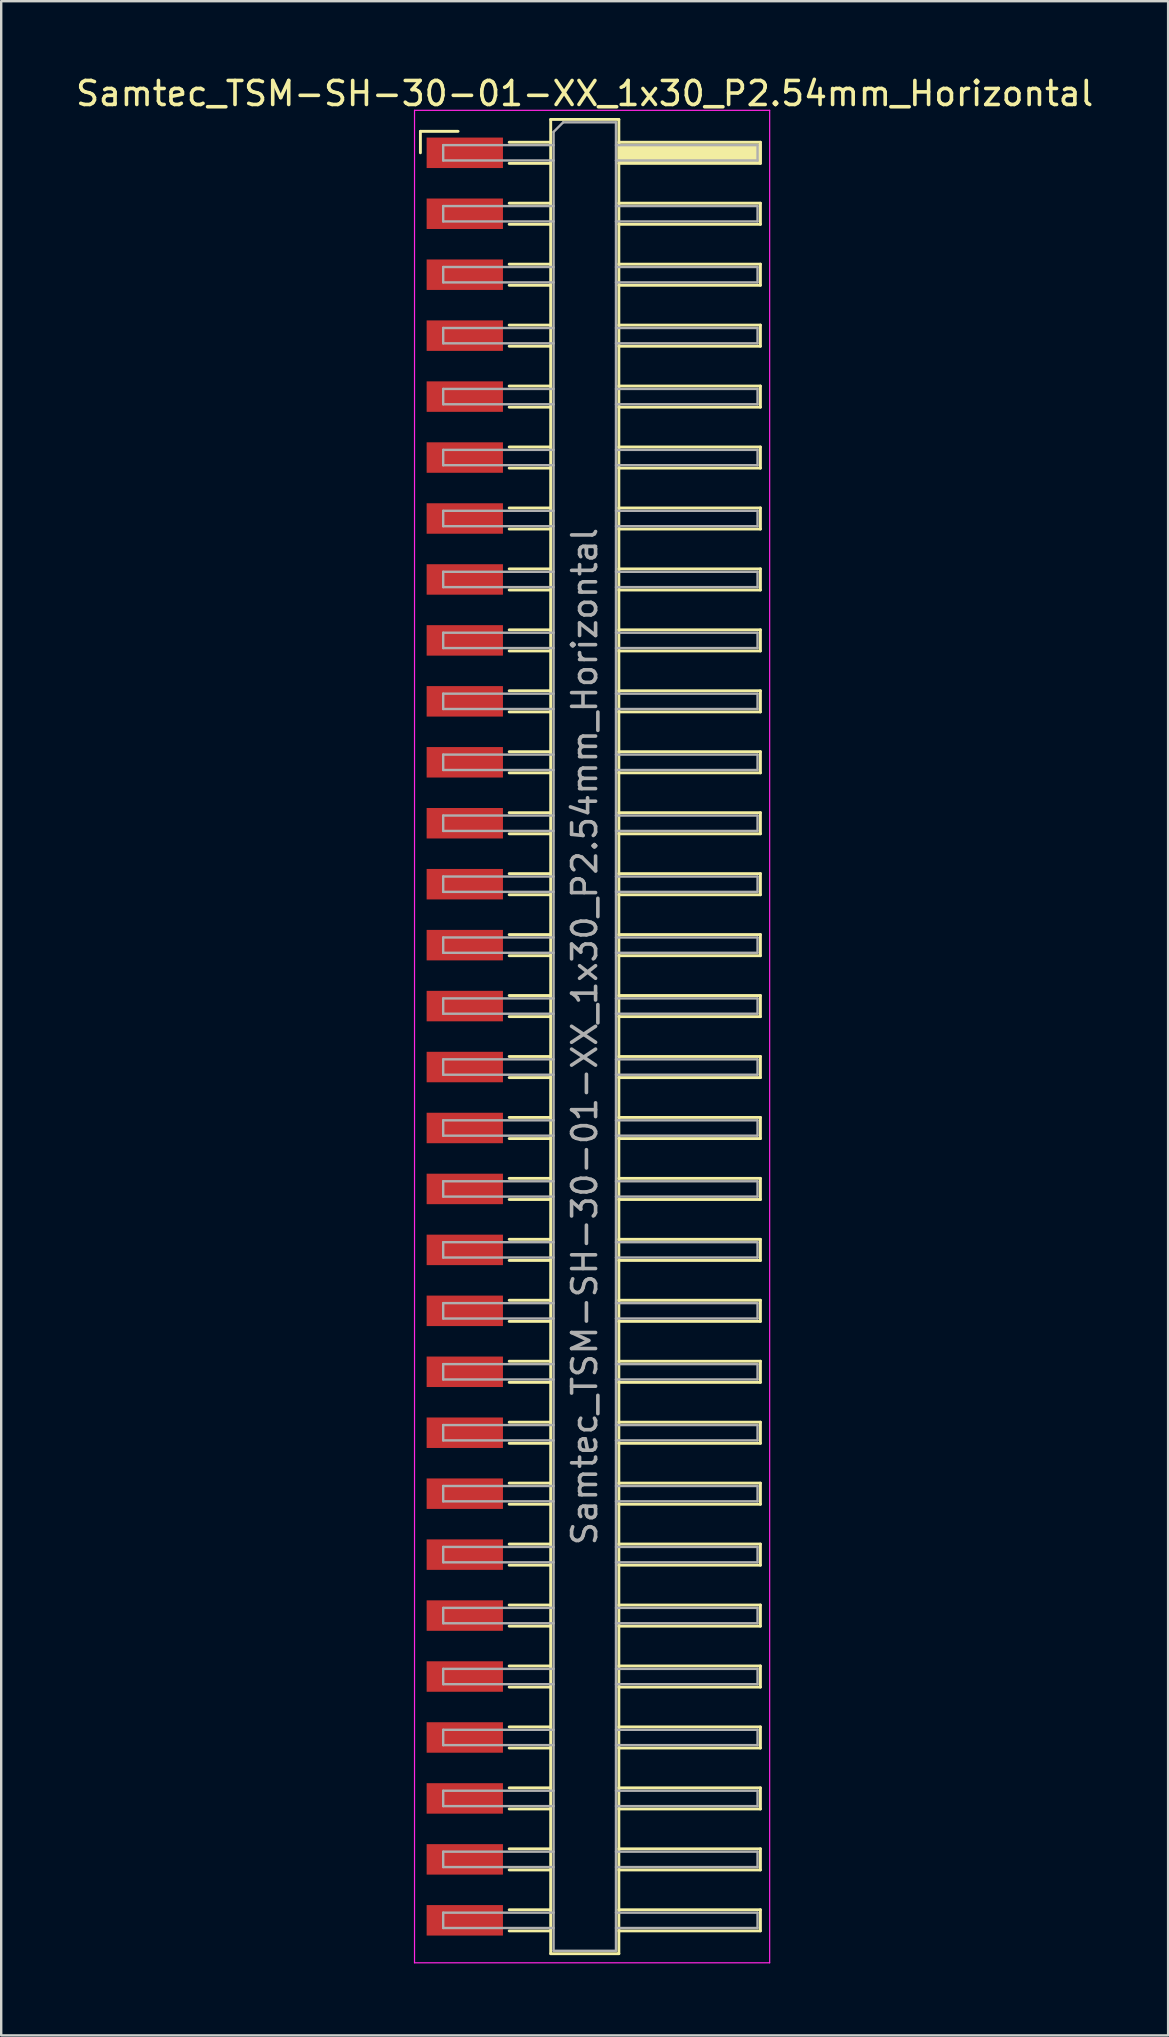
<source format=kicad_pcb>
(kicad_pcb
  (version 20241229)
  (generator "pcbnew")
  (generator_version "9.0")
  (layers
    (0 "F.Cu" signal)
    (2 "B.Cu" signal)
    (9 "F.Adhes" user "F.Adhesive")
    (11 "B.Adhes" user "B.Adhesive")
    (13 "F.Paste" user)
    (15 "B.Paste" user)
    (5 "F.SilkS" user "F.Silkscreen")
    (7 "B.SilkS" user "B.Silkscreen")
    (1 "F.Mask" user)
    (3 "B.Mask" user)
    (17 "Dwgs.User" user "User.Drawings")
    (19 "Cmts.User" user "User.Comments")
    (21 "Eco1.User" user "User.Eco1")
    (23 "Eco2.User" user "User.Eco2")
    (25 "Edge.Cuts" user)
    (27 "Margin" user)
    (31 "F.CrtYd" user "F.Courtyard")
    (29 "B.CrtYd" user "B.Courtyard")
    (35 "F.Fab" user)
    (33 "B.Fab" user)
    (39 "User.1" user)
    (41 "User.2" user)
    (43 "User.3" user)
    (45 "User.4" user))
  (footprint "Samtec_TSM-SH-30-01-XX_1x30_P2.54mm_Horizontal"
    (layer "F.Cu")
    (at 21.505 40.148)
    (property "Reference" "Samtec_TSM-SH-30-01-XX_1x30_P2.54mm_Horizontal" (at -0.19 -39.3 0) (layer "F.SilkS") (effects (font (size 1 1) (thickness 0.15))))
    (attr smd)
    (fp_line (start -7.035 -37.725) (end -5.465 -37.725) (stroke (width 0.12) (type solid)) (layer "F.SilkS"))
    (fp_line (start -7.035 -36.83) (end -7.035 -37.725) (stroke (width 0.12) (type solid)) (layer "F.SilkS"))
    (fp_line (start -3.335 -37.27) (end -1.605 -37.27) (stroke (width 0.12) (type solid)) (layer "F.SilkS"))
    (fp_line (start -3.335 -36.39) (end -1.605 -36.39) (stroke (width 0.12) (type solid)) (layer "F.SilkS"))
    (fp_line (start -3.335 -34.73) (end -1.605 -34.73) (stroke (width 0.12) (type solid)) (layer "F.SilkS"))
    (fp_line (start -3.335 -33.85) (end -1.605 -33.85) (stroke (width 0.12) (type solid)) (layer "F.SilkS"))
    (fp_line (start -3.335 -32.19) (end -1.605 -32.19) (stroke (width 0.12) (type solid)) (layer "F.SilkS"))
    (fp_line (start -3.335 -31.31) (end -1.605 -31.31) (stroke (width 0.12) (type solid)) (layer "F.SilkS"))
    (fp_line (start -3.335 -29.65) (end -1.605 -29.65) (stroke (width 0.12) (type solid)) (layer "F.SilkS"))
    (fp_line (start -3.335 -28.77) (end -1.605 -28.77) (stroke (width 0.12) (type solid)) (layer "F.SilkS"))
    (fp_line (start -3.335 -27.11) (end -1.605 -27.11) (stroke (width 0.12) (type solid)) (layer "F.SilkS"))
    (fp_line (start -3.335 -26.23) (end -1.605 -26.23) (stroke (width 0.12) (type solid)) (layer "F.SilkS"))
    (fp_line (start -3.335 -24.57) (end -1.605 -24.57) (stroke (width 0.12) (type solid)) (layer "F.SilkS"))
    (fp_line (start -3.335 -23.69) (end -1.605 -23.69) (stroke (width 0.12) (type solid)) (layer "F.SilkS"))
    (fp_line (start -3.335 -22.03) (end -1.605 -22.03) (stroke (width 0.12) (type solid)) (layer "F.SilkS"))
    (fp_line (start -3.335 -21.15) (end -1.605 -21.15) (stroke (width 0.12) (type solid)) (layer "F.SilkS"))
    (fp_line (start -3.335 -19.49) (end -1.605 -19.49) (stroke (width 0.12) (type solid)) (layer "F.SilkS"))
    (fp_line (start -3.335 -18.61) (end -1.605 -18.61) (stroke (width 0.12) (type solid)) (layer "F.SilkS"))
    (fp_line (start -3.335 -16.95) (end -1.605 -16.95) (stroke (width 0.12) (type solid)) (layer "F.SilkS"))
    (fp_line (start -3.335 -16.07) (end -1.605 -16.07) (stroke (width 0.12) (type solid)) (layer "F.SilkS"))
    (fp_line (start -3.335 -14.41) (end -1.605 -14.41) (stroke (width 0.12) (type solid)) (layer "F.SilkS"))
    (fp_line (start -3.335 -13.53) (end -1.605 -13.53) (stroke (width 0.12) (type solid)) (layer "F.SilkS"))
    (fp_line (start -3.335 -11.87) (end -1.605 -11.87) (stroke (width 0.12) (type solid)) (layer "F.SilkS"))
    (fp_line (start -3.335 -10.99) (end -1.605 -10.99) (stroke (width 0.12) (type solid)) (layer "F.SilkS"))
    (fp_line (start -3.335 -9.33) (end -1.605 -9.33) (stroke (width 0.12) (type solid)) (layer "F.SilkS"))
    (fp_line (start -3.335 -8.45) (end -1.605 -8.45) (stroke (width 0.12) (type solid)) (layer "F.SilkS"))
    (fp_line (start -3.335 -6.79) (end -1.605 -6.79) (stroke (width 0.12) (type solid)) (layer "F.SilkS"))
    (fp_line (start -3.335 -5.91) (end -1.605 -5.91) (stroke (width 0.12) (type solid)) (layer "F.SilkS"))
    (fp_line (start -3.335 -4.25) (end -1.605 -4.25) (stroke (width 0.12) (type solid)) (layer "F.SilkS"))
    (fp_line (start -3.335 -3.37) (end -1.605 -3.37) (stroke (width 0.12) (type solid)) (layer "F.SilkS"))
    (fp_line (start -3.335 -1.71) (end -1.605 -1.71) (stroke (width 0.12) (type solid)) (layer "F.SilkS"))
    (fp_line (start -3.335 -0.83) (end -1.605 -0.83) (stroke (width 0.12) (type solid)) (layer "F.SilkS"))
    (fp_line (start -3.335 0.83) (end -1.605 0.83) (stroke (width 0.12) (type solid)) (layer "F.SilkS"))
    (fp_line (start -3.335 1.71) (end -1.605 1.71) (stroke (width 0.12) (type solid)) (layer "F.SilkS"))
    (fp_line (start -3.335 3.37) (end -1.605 3.37) (stroke (width 0.12) (type solid)) (layer "F.SilkS"))
    (fp_line (start -3.335 4.25) (end -1.605 4.25) (stroke (width 0.12) (type solid)) (layer "F.SilkS"))
    (fp_line (start -3.335 5.91) (end -1.605 5.91) (stroke (width 0.12) (type solid)) (layer "F.SilkS"))
    (fp_line (start -3.335 6.79) (end -1.605 6.79) (stroke (width 0.12) (type solid)) (layer "F.SilkS"))
    (fp_line (start -3.335 8.45) (end -1.605 8.45) (stroke (width 0.12) (type solid)) (layer "F.SilkS"))
    (fp_line (start -3.335 9.33) (end -1.605 9.33) (stroke (width 0.12) (type solid)) (layer "F.SilkS"))
    (fp_line (start -3.335 10.99) (end -1.605 10.99) (stroke (width 0.12) (type solid)) (layer "F.SilkS"))
    (fp_line (start -3.335 11.87) (end -1.605 11.87) (stroke (width 0.12) (type solid)) (layer "F.SilkS"))
    (fp_line (start -3.335 13.53) (end -1.605 13.53) (stroke (width 0.12) (type solid)) (layer "F.SilkS"))
    (fp_line (start -3.335 14.41) (end -1.605 14.41) (stroke (width 0.12) (type solid)) (layer "F.SilkS"))
    (fp_line (start -3.335 16.07) (end -1.605 16.07) (stroke (width 0.12) (type solid)) (layer "F.SilkS"))
    (fp_line (start -3.335 16.95) (end -1.605 16.95) (stroke (width 0.12) (type solid)) (layer "F.SilkS"))
    (fp_line (start -3.335 18.61) (end -1.605 18.61) (stroke (width 0.12) (type solid)) (layer "F.SilkS"))
    (fp_line (start -3.335 19.49) (end -1.605 19.49) (stroke (width 0.12) (type solid)) (layer "F.SilkS"))
    (fp_line (start -3.335 21.15) (end -1.605 21.15) (stroke (width 0.12) (type solid)) (layer "F.SilkS"))
    (fp_line (start -3.335 22.03) (end -1.605 22.03) (stroke (width 0.12) (type solid)) (layer "F.SilkS"))
    (fp_line (start -3.335 23.69) (end -1.605 23.69) (stroke (width 0.12) (type solid)) (layer "F.SilkS"))
    (fp_line (start -3.335 24.57) (end -1.605 24.57) (stroke (width 0.12) (type solid)) (layer "F.SilkS"))
    (fp_line (start -3.335 26.23) (end -1.605 26.23) (stroke (width 0.12) (type solid)) (layer "F.SilkS"))
    (fp_line (start -3.335 27.11) (end -1.605 27.11) (stroke (width 0.12) (type solid)) (layer "F.SilkS"))
    (fp_line (start -3.335 28.77) (end -1.605 28.77) (stroke (width 0.12) (type solid)) (layer "F.SilkS"))
    (fp_line (start -3.335 29.65) (end -1.605 29.65) (stroke (width 0.12) (type solid)) (layer "F.SilkS"))
    (fp_line (start -3.335 31.31) (end -1.605 31.31) (stroke (width 0.12) (type solid)) (layer "F.SilkS"))
    (fp_line (start -3.335 32.19) (end -1.605 32.19) (stroke (width 0.12) (type solid)) (layer "F.SilkS"))
    (fp_line (start -3.335 33.85) (end -1.605 33.85) (stroke (width 0.12) (type solid)) (layer "F.SilkS"))
    (fp_line (start -3.335 34.73) (end -1.605 34.73) (stroke (width 0.12) (type solid)) (layer "F.SilkS"))
    (fp_line (start -3.335 36.39) (end -1.605 36.39) (stroke (width 0.12) (type solid)) (layer "F.SilkS"))
    (fp_line (start -3.335 37.27) (end -1.605 37.27) (stroke (width 0.12) (type solid)) (layer "F.SilkS"))
    (fp_line (start -1.605 -38.22) (end 1.235 -38.22) (stroke (width 0.12) (type solid)) (layer "F.SilkS"))
    (fp_line (start -1.605 38.22) (end -1.605 -38.22) (stroke (width 0.12) (type solid)) (layer "F.SilkS"))
    (fp_line (start 1.235 -38.22) (end 1.235 38.22) (stroke (width 0.12) (type solid)) (layer "F.SilkS"))
    (fp_line (start 1.235 -37.27) (end 7.135 -37.27) (stroke (width 0.12) (type solid)) (layer "F.SilkS"))
    (fp_line (start 1.235 -34.73) (end 7.135 -34.73) (stroke (width 0.12) (type solid)) (layer "F.SilkS"))
    (fp_line (start 1.235 -32.19) (end 7.135 -32.19) (stroke (width 0.12) (type solid)) (layer "F.SilkS"))
    (fp_line (start 1.235 -29.65) (end 7.135 -29.65) (stroke (width 0.12) (type solid)) (layer "F.SilkS"))
    (fp_line (start 1.235 -27.11) (end 7.135 -27.11) (stroke (width 0.12) (type solid)) (layer "F.SilkS"))
    (fp_line (start 1.235 -24.57) (end 7.135 -24.57) (stroke (width 0.12) (type solid)) (layer "F.SilkS"))
    (fp_line (start 1.235 -22.03) (end 7.135 -22.03) (stroke (width 0.12) (type solid)) (layer "F.SilkS"))
    (fp_line (start 1.235 -19.49) (end 7.135 -19.49) (stroke (width 0.12) (type solid)) (layer "F.SilkS"))
    (fp_line (start 1.235 -16.95) (end 7.135 -16.95) (stroke (width 0.12) (type solid)) (layer "F.SilkS"))
    (fp_line (start 1.235 -14.41) (end 7.135 -14.41) (stroke (width 0.12) (type solid)) (layer "F.SilkS"))
    (fp_line (start 1.235 -11.87) (end 7.135 -11.87) (stroke (width 0.12) (type solid)) (layer "F.SilkS"))
    (fp_line (start 1.235 -9.33) (end 7.135 -9.33) (stroke (width 0.12) (type solid)) (layer "F.SilkS"))
    (fp_line (start 1.235 -6.79) (end 7.135 -6.79) (stroke (width 0.12) (type solid)) (layer "F.SilkS"))
    (fp_line (start 1.235 -4.25) (end 7.135 -4.25) (stroke (width 0.12) (type solid)) (layer "F.SilkS"))
    (fp_line (start 1.235 -1.71) (end 7.135 -1.71) (stroke (width 0.12) (type solid)) (layer "F.SilkS"))
    (fp_line (start 1.235 0.83) (end 7.135 0.83) (stroke (width 0.12) (type solid)) (layer "F.SilkS"))
    (fp_line (start 1.235 3.37) (end 7.135 3.37) (stroke (width 0.12) (type solid)) (layer "F.SilkS"))
    (fp_line (start 1.235 5.91) (end 7.135 5.91) (stroke (width 0.12) (type solid)) (layer "F.SilkS"))
    (fp_line (start 1.235 8.45) (end 7.135 8.45) (stroke (width 0.12) (type solid)) (layer "F.SilkS"))
    (fp_line (start 1.235 10.99) (end 7.135 10.99) (stroke (width 0.12) (type solid)) (layer "F.SilkS"))
    (fp_line (start 1.235 13.53) (end 7.135 13.53) (stroke (width 0.12) (type solid)) (layer "F.SilkS"))
    (fp_line (start 1.235 16.07) (end 7.135 16.07) (stroke (width 0.12) (type solid)) (layer "F.SilkS"))
    (fp_line (start 1.235 18.61) (end 7.135 18.61) (stroke (width 0.12) (type solid)) (layer "F.SilkS"))
    (fp_line (start 1.235 21.15) (end 7.135 21.15) (stroke (width 0.12) (type solid)) (layer "F.SilkS"))
    (fp_line (start 1.235 23.69) (end 7.135 23.69) (stroke (width 0.12) (type solid)) (layer "F.SilkS"))
    (fp_line (start 1.235 26.23) (end 7.135 26.23) (stroke (width 0.12) (type solid)) (layer "F.SilkS"))
    (fp_line (start 1.235 28.77) (end 7.135 28.77) (stroke (width 0.12) (type solid)) (layer "F.SilkS"))
    (fp_line (start 1.235 31.31) (end 7.135 31.31) (stroke (width 0.12) (type solid)) (layer "F.SilkS"))
    (fp_line (start 1.235 33.85) (end 7.135 33.85) (stroke (width 0.12) (type solid)) (layer "F.SilkS"))
    (fp_line (start 1.235 36.39) (end 7.135 36.39) (stroke (width 0.12) (type solid)) (layer "F.SilkS"))
    (fp_line (start 1.235 38.22) (end -1.605 38.22) (stroke (width 0.12) (type solid)) (layer "F.SilkS"))
    (fp_line (start 7.135 -37.27) (end 7.135 -36.39) (stroke (width 0.12) (type solid)) (layer "F.SilkS"))
    (fp_line (start 7.135 -36.39) (end 1.235 -36.39) (stroke (width 0.12) (type solid)) (layer "F.SilkS"))
    (fp_line (start 7.135 -34.73) (end 7.135 -33.85) (stroke (width 0.12) (type solid)) (layer "F.SilkS"))
    (fp_line (start 7.135 -33.85) (end 1.235 -33.85) (stroke (width 0.12) (type solid)) (layer "F.SilkS"))
    (fp_line (start 7.135 -32.19) (end 7.135 -31.31) (stroke (width 0.12) (type solid)) (layer "F.SilkS"))
    (fp_line (start 7.135 -31.31) (end 1.235 -31.31) (stroke (width 0.12) (type solid)) (layer "F.SilkS"))
    (fp_line (start 7.135 -29.65) (end 7.135 -28.77) (stroke (width 0.12) (type solid)) (layer "F.SilkS"))
    (fp_line (start 7.135 -28.77) (end 1.235 -28.77) (stroke (width 0.12) (type solid)) (layer "F.SilkS"))
    (fp_line (start 7.135 -27.11) (end 7.135 -26.23) (stroke (width 0.12) (type solid)) (layer "F.SilkS"))
    (fp_line (start 7.135 -26.23) (end 1.235 -26.23) (stroke (width 0.12) (type solid)) (layer "F.SilkS"))
    (fp_line (start 7.135 -24.57) (end 7.135 -23.69) (stroke (width 0.12) (type solid)) (layer "F.SilkS"))
    (fp_line (start 7.135 -23.69) (end 1.235 -23.69) (stroke (width 0.12) (type solid)) (layer "F.SilkS"))
    (fp_line (start 7.135 -22.03) (end 7.135 -21.15) (stroke (width 0.12) (type solid)) (layer "F.SilkS"))
    (fp_line (start 7.135 -21.15) (end 1.235 -21.15) (stroke (width 0.12) (type solid)) (layer "F.SilkS"))
    (fp_line (start 7.135 -19.49) (end 7.135 -18.61) (stroke (width 0.12) (type solid)) (layer "F.SilkS"))
    (fp_line (start 7.135 -18.61) (end 1.235 -18.61) (stroke (width 0.12) (type solid)) (layer "F.SilkS"))
    (fp_line (start 7.135 -16.95) (end 7.135 -16.07) (stroke (width 0.12) (type solid)) (layer "F.SilkS"))
    (fp_line (start 7.135 -16.07) (end 1.235 -16.07) (stroke (width 0.12) (type solid)) (layer "F.SilkS"))
    (fp_line (start 7.135 -14.41) (end 7.135 -13.53) (stroke (width 0.12) (type solid)) (layer "F.SilkS"))
    (fp_line (start 7.135 -13.53) (end 1.235 -13.53) (stroke (width 0.12) (type solid)) (layer "F.SilkS"))
    (fp_line (start 7.135 -11.87) (end 7.135 -10.99) (stroke (width 0.12) (type solid)) (layer "F.SilkS"))
    (fp_line (start 7.135 -10.99) (end 1.235 -10.99) (stroke (width 0.12) (type solid)) (layer "F.SilkS"))
    (fp_line (start 7.135 -9.33) (end 7.135 -8.45) (stroke (width 0.12) (type solid)) (layer "F.SilkS"))
    (fp_line (start 7.135 -8.45) (end 1.235 -8.45) (stroke (width 0.12) (type solid)) (layer "F.SilkS"))
    (fp_line (start 7.135 -6.79) (end 7.135 -5.91) (stroke (width 0.12) (type solid)) (layer "F.SilkS"))
    (fp_line (start 7.135 -5.91) (end 1.235 -5.91) (stroke (width 0.12) (type solid)) (layer "F.SilkS"))
    (fp_line (start 7.135 -4.25) (end 7.135 -3.37) (stroke (width 0.12) (type solid)) (layer "F.SilkS"))
    (fp_line (start 7.135 -3.37) (end 1.235 -3.37) (stroke (width 0.12) (type solid)) (layer "F.SilkS"))
    (fp_line (start 7.135 -1.71) (end 7.135 -0.83) (stroke (width 0.12) (type solid)) (layer "F.SilkS"))
    (fp_line (start 7.135 -0.83) (end 1.235 -0.83) (stroke (width 0.12) (type solid)) (layer "F.SilkS"))
    (fp_line (start 7.135 0.83) (end 7.135 1.71) (stroke (width 0.12) (type solid)) (layer "F.SilkS"))
    (fp_line (start 7.135 1.71) (end 1.235 1.71) (stroke (width 0.12) (type solid)) (layer "F.SilkS"))
    (fp_line (start 7.135 3.37) (end 7.135 4.25) (stroke (width 0.12) (type solid)) (layer "F.SilkS"))
    (fp_line (start 7.135 4.25) (end 1.235 4.25) (stroke (width 0.12) (type solid)) (layer "F.SilkS"))
    (fp_line (start 7.135 5.91) (end 7.135 6.79) (stroke (width 0.12) (type solid)) (layer "F.SilkS"))
    (fp_line (start 7.135 6.79) (end 1.235 6.79) (stroke (width 0.12) (type solid)) (layer "F.SilkS"))
    (fp_line (start 7.135 8.45) (end 7.135 9.33) (stroke (width 0.12) (type solid)) (layer "F.SilkS"))
    (fp_line (start 7.135 9.33) (end 1.235 9.33) (stroke (width 0.12) (type solid)) (layer "F.SilkS"))
    (fp_line (start 7.135 10.99) (end 7.135 11.87) (stroke (width 0.12) (type solid)) (layer "F.SilkS"))
    (fp_line (start 7.135 11.87) (end 1.235 11.87) (stroke (width 0.12) (type solid)) (layer "F.SilkS"))
    (fp_line (start 7.135 13.53) (end 7.135 14.41) (stroke (width 0.12) (type solid)) (layer "F.SilkS"))
    (fp_line (start 7.135 14.41) (end 1.235 14.41) (stroke (width 0.12) (type solid)) (layer "F.SilkS"))
    (fp_line (start 7.135 16.07) (end 7.135 16.95) (stroke (width 0.12) (type solid)) (layer "F.SilkS"))
    (fp_line (start 7.135 16.95) (end 1.235 16.95) (stroke (width 0.12) (type solid)) (layer "F.SilkS"))
    (fp_line (start 7.135 18.61) (end 7.135 19.49) (stroke (width 0.12) (type solid)) (layer "F.SilkS"))
    (fp_line (start 7.135 19.49) (end 1.235 19.49) (stroke (width 0.12) (type solid)) (layer "F.SilkS"))
    (fp_line (start 7.135 21.15) (end 7.135 22.03) (stroke (width 0.12) (type solid)) (layer "F.SilkS"))
    (fp_line (start 7.135 22.03) (end 1.235 22.03) (stroke (width 0.12) (type solid)) (layer "F.SilkS"))
    (fp_line (start 7.135 23.69) (end 7.135 24.57) (stroke (width 0.12) (type solid)) (layer "F.SilkS"))
    (fp_line (start 7.135 24.57) (end 1.235 24.57) (stroke (width 0.12) (type solid)) (layer "F.SilkS"))
    (fp_line (start 7.135 26.23) (end 7.135 27.11) (stroke (width 0.12) (type solid)) (layer "F.SilkS"))
    (fp_line (start 7.135 27.11) (end 1.235 27.11) (stroke (width 0.12) (type solid)) (layer "F.SilkS"))
    (fp_line (start 7.135 28.77) (end 7.135 29.65) (stroke (width 0.12) (type solid)) (layer "F.SilkS"))
    (fp_line (start 7.135 29.65) (end 1.235 29.65) (stroke (width 0.12) (type solid)) (layer "F.SilkS"))
    (fp_line (start 7.135 31.31) (end 7.135 32.19) (stroke (width 0.12) (type solid)) (layer "F.SilkS"))
    (fp_line (start 7.135 32.19) (end 1.235 32.19) (stroke (width 0.12) (type solid)) (layer "F.SilkS"))
    (fp_line (start 7.135 33.85) (end 7.135 34.73) (stroke (width 0.12) (type solid)) (layer "F.SilkS"))
    (fp_line (start 7.135 34.73) (end 1.235 34.73) (stroke (width 0.12) (type solid)) (layer "F.SilkS"))
    (fp_line (start 7.135 36.39) (end 7.135 37.27) (stroke (width 0.12) (type solid)) (layer "F.SilkS"))
    (fp_line (start 7.135 37.27) (end 1.235 37.27) (stroke (width 0.12) (type solid)) (layer "F.SilkS"))
    (fp_line (start -7.28 -38.6) (end 7.52 -38.6) (stroke (width 0.05) (type solid)) (layer "F.CrtYd"))
    (fp_line (start -7.28 38.6) (end -7.28 -38.6) (stroke (width 0.05) (type solid)) (layer "F.CrtYd"))
    (fp_line (start 7.52 -38.6) (end 7.52 38.6) (stroke (width 0.05) (type solid)) (layer "F.CrtYd"))
    (fp_line (start 7.52 38.6) (end -7.28 38.6) (stroke (width 0.05) (type solid)) (layer "F.CrtYd"))
    (fp_line (start -6.085 -37.15) (end -6.085 -36.51) (stroke (width 0.1) (type solid)) (layer "F.Fab"))
    (fp_line (start -6.085 -36.51) (end -1.485 -36.51) (stroke (width 0.1) (type solid)) (layer "F.Fab"))
    (fp_line (start -6.085 -34.61) (end -6.085 -33.97) (stroke (width 0.1) (type solid)) (layer "F.Fab"))
    (fp_line (start -6.085 -33.97) (end -1.485 -33.97) (stroke (width 0.1) (type solid)) (layer "F.Fab"))
    (fp_line (start -6.085 -32.07) (end -6.085 -31.43) (stroke (width 0.1) (type solid)) (layer "F.Fab"))
    (fp_line (start -6.085 -31.43) (end -1.485 -31.43) (stroke (width 0.1) (type solid)) (layer "F.Fab"))
    (fp_line (start -6.085 -29.53) (end -6.085 -28.89) (stroke (width 0.1) (type solid)) (layer "F.Fab"))
    (fp_line (start -6.085 -28.89) (end -1.485 -28.89) (stroke (width 0.1) (type solid)) (layer "F.Fab"))
    (fp_line (start -6.085 -26.99) (end -6.085 -26.35) (stroke (width 0.1) (type solid)) (layer "F.Fab"))
    (fp_line (start -6.085 -26.35) (end -1.485 -26.35) (stroke (width 0.1) (type solid)) (layer "F.Fab"))
    (fp_line (start -6.085 -24.45) (end -6.085 -23.81) (stroke (width 0.1) (type solid)) (layer "F.Fab"))
    (fp_line (start -6.085 -23.81) (end -1.485 -23.81) (stroke (width 0.1) (type solid)) (layer "F.Fab"))
    (fp_line (start -6.085 -21.91) (end -6.085 -21.27) (stroke (width 0.1) (type solid)) (layer "F.Fab"))
    (fp_line (start -6.085 -21.27) (end -1.485 -21.27) (stroke (width 0.1) (type solid)) (layer "F.Fab"))
    (fp_line (start -6.085 -19.37) (end -6.085 -18.73) (stroke (width 0.1) (type solid)) (layer "F.Fab"))
    (fp_line (start -6.085 -18.73) (end -1.485 -18.73) (stroke (width 0.1) (type solid)) (layer "F.Fab"))
    (fp_line (start -6.085 -16.83) (end -6.085 -16.19) (stroke (width 0.1) (type solid)) (layer "F.Fab"))
    (fp_line (start -6.085 -16.19) (end -1.485 -16.19) (stroke (width 0.1) (type solid)) (layer "F.Fab"))
    (fp_line (start -6.085 -14.29) (end -6.085 -13.65) (stroke (width 0.1) (type solid)) (layer "F.Fab"))
    (fp_line (start -6.085 -13.65) (end -1.485 -13.65) (stroke (width 0.1) (type solid)) (layer "F.Fab"))
    (fp_line (start -6.085 -11.75) (end -6.085 -11.11) (stroke (width 0.1) (type solid)) (layer "F.Fab"))
    (fp_line (start -6.085 -11.11) (end -1.485 -11.11) (stroke (width 0.1) (type solid)) (layer "F.Fab"))
    (fp_line (start -6.085 -9.21) (end -6.085 -8.57) (stroke (width 0.1) (type solid)) (layer "F.Fab"))
    (fp_line (start -6.085 -8.57) (end -1.485 -8.57) (stroke (width 0.1) (type solid)) (layer "F.Fab"))
    (fp_line (start -6.085 -6.67) (end -6.085 -6.03) (stroke (width 0.1) (type solid)) (layer "F.Fab"))
    (fp_line (start -6.085 -6.03) (end -1.485 -6.03) (stroke (width 0.1) (type solid)) (layer "F.Fab"))
    (fp_line (start -6.085 -4.13) (end -6.085 -3.49) (stroke (width 0.1) (type solid)) (layer "F.Fab"))
    (fp_line (start -6.085 -3.49) (end -1.485 -3.49) (stroke (width 0.1) (type solid)) (layer "F.Fab"))
    (fp_line (start -6.085 -1.59) (end -6.085 -0.95) (stroke (width 0.1) (type solid)) (layer "F.Fab"))
    (fp_line (start -6.085 -0.95) (end -1.485 -0.95) (stroke (width 0.1) (type solid)) (layer "F.Fab"))
    (fp_line (start -6.085 0.95) (end -6.085 1.59) (stroke (width 0.1) (type solid)) (layer "F.Fab"))
    (fp_line (start -6.085 1.59) (end -1.485 1.59) (stroke (width 0.1) (type solid)) (layer "F.Fab"))
    (fp_line (start -6.085 3.49) (end -6.085 4.13) (stroke (width 0.1) (type solid)) (layer "F.Fab"))
    (fp_line (start -6.085 4.13) (end -1.485 4.13) (stroke (width 0.1) (type solid)) (layer "F.Fab"))
    (fp_line (start -6.085 6.03) (end -6.085 6.67) (stroke (width 0.1) (type solid)) (layer "F.Fab"))
    (fp_line (start -6.085 6.67) (end -1.485 6.67) (stroke (width 0.1) (type solid)) (layer "F.Fab"))
    (fp_line (start -6.085 8.57) (end -6.085 9.21) (stroke (width 0.1) (type solid)) (layer "F.Fab"))
    (fp_line (start -6.085 9.21) (end -1.485 9.21) (stroke (width 0.1) (type solid)) (layer "F.Fab"))
    (fp_line (start -6.085 11.11) (end -6.085 11.75) (stroke (width 0.1) (type solid)) (layer "F.Fab"))
    (fp_line (start -6.085 11.75) (end -1.485 11.75) (stroke (width 0.1) (type solid)) (layer "F.Fab"))
    (fp_line (start -6.085 13.65) (end -6.085 14.29) (stroke (width 0.1) (type solid)) (layer "F.Fab"))
    (fp_line (start -6.085 14.29) (end -1.485 14.29) (stroke (width 0.1) (type solid)) (layer "F.Fab"))
    (fp_line (start -6.085 16.19) (end -6.085 16.83) (stroke (width 0.1) (type solid)) (layer "F.Fab"))
    (fp_line (start -6.085 16.83) (end -1.485 16.83) (stroke (width 0.1) (type solid)) (layer "F.Fab"))
    (fp_line (start -6.085 18.73) (end -6.085 19.37) (stroke (width 0.1) (type solid)) (layer "F.Fab"))
    (fp_line (start -6.085 19.37) (end -1.485 19.37) (stroke (width 0.1) (type solid)) (layer "F.Fab"))
    (fp_line (start -6.085 21.27) (end -6.085 21.91) (stroke (width 0.1) (type solid)) (layer "F.Fab"))
    (fp_line (start -6.085 21.91) (end -1.485 21.91) (stroke (width 0.1) (type solid)) (layer "F.Fab"))
    (fp_line (start -6.085 23.81) (end -6.085 24.45) (stroke (width 0.1) (type solid)) (layer "F.Fab"))
    (fp_line (start -6.085 24.45) (end -1.485 24.45) (stroke (width 0.1) (type solid)) (layer "F.Fab"))
    (fp_line (start -6.085 26.35) (end -6.085 26.99) (stroke (width 0.1) (type solid)) (layer "F.Fab"))
    (fp_line (start -6.085 26.99) (end -1.485 26.99) (stroke (width 0.1) (type solid)) (layer "F.Fab"))
    (fp_line (start -6.085 28.89) (end -6.085 29.53) (stroke (width 0.1) (type solid)) (layer "F.Fab"))
    (fp_line (start -6.085 29.53) (end -1.485 29.53) (stroke (width 0.1) (type solid)) (layer "F.Fab"))
    (fp_line (start -6.085 31.43) (end -6.085 32.07) (stroke (width 0.1) (type solid)) (layer "F.Fab"))
    (fp_line (start -6.085 32.07) (end -1.485 32.07) (stroke (width 0.1) (type solid)) (layer "F.Fab"))
    (fp_line (start -6.085 33.97) (end -6.085 34.61) (stroke (width 0.1) (type solid)) (layer "F.Fab"))
    (fp_line (start -6.085 34.61) (end -1.485 34.61) (stroke (width 0.1) (type solid)) (layer "F.Fab"))
    (fp_line (start -6.085 36.51) (end -6.085 37.15) (stroke (width 0.1) (type solid)) (layer "F.Fab"))
    (fp_line (start -6.085 37.15) (end -1.485 37.15) (stroke (width 0.1) (type solid)) (layer "F.Fab"))
    (fp_line (start -1.485 -37.7) (end -1.085 -38.1) (stroke (width 0.1) (type solid)) (layer "F.Fab"))
    (fp_line (start -1.485 -37.15) (end -6.085 -37.15) (stroke (width 0.1) (type solid)) (layer "F.Fab"))
    (fp_line (start -1.485 -34.61) (end -6.085 -34.61) (stroke (width 0.1) (type solid)) (layer "F.Fab"))
    (fp_line (start -1.485 -32.07) (end -6.085 -32.07) (stroke (width 0.1) (type solid)) (layer "F.Fab"))
    (fp_line (start -1.485 -29.53) (end -6.085 -29.53) (stroke (width 0.1) (type solid)) (layer "F.Fab"))
    (fp_line (start -1.485 -26.99) (end -6.085 -26.99) (stroke (width 0.1) (type solid)) (layer "F.Fab"))
    (fp_line (start -1.485 -24.45) (end -6.085 -24.45) (stroke (width 0.1) (type solid)) (layer "F.Fab"))
    (fp_line (start -1.485 -21.91) (end -6.085 -21.91) (stroke (width 0.1) (type solid)) (layer "F.Fab"))
    (fp_line (start -1.485 -19.37) (end -6.085 -19.37) (stroke (width 0.1) (type solid)) (layer "F.Fab"))
    (fp_line (start -1.485 -16.83) (end -6.085 -16.83) (stroke (width 0.1) (type solid)) (layer "F.Fab"))
    (fp_line (start -1.485 -14.29) (end -6.085 -14.29) (stroke (width 0.1) (type solid)) (layer "F.Fab"))
    (fp_line (start -1.485 -11.75) (end -6.085 -11.75) (stroke (width 0.1) (type solid)) (layer "F.Fab"))
    (fp_line (start -1.485 -9.21) (end -6.085 -9.21) (stroke (width 0.1) (type solid)) (layer "F.Fab"))
    (fp_line (start -1.485 -6.67) (end -6.085 -6.67) (stroke (width 0.1) (type solid)) (layer "F.Fab"))
    (fp_line (start -1.485 -4.13) (end -6.085 -4.13) (stroke (width 0.1) (type solid)) (layer "F.Fab"))
    (fp_line (start -1.485 -1.59) (end -6.085 -1.59) (stroke (width 0.1) (type solid)) (layer "F.Fab"))
    (fp_line (start -1.485 0.95) (end -6.085 0.95) (stroke (width 0.1) (type solid)) (layer "F.Fab"))
    (fp_line (start -1.485 3.49) (end -6.085 3.49) (stroke (width 0.1) (type solid)) (layer "F.Fab"))
    (fp_line (start -1.485 6.03) (end -6.085 6.03) (stroke (width 0.1) (type solid)) (layer "F.Fab"))
    (fp_line (start -1.485 8.57) (end -6.085 8.57) (stroke (width 0.1) (type solid)) (layer "F.Fab"))
    (fp_line (start -1.485 11.11) (end -6.085 11.11) (stroke (width 0.1) (type solid)) (layer "F.Fab"))
    (fp_line (start -1.485 13.65) (end -6.085 13.65) (stroke (width 0.1) (type solid)) (layer "F.Fab"))
    (fp_line (start -1.485 16.19) (end -6.085 16.19) (stroke (width 0.1) (type solid)) (layer "F.Fab"))
    (fp_line (start -1.485 18.73) (end -6.085 18.73) (stroke (width 0.1) (type solid)) (layer "F.Fab"))
    (fp_line (start -1.485 21.27) (end -6.085 21.27) (stroke (width 0.1) (type solid)) (layer "F.Fab"))
    (fp_line (start -1.485 23.81) (end -6.085 23.81) (stroke (width 0.1) (type solid)) (layer "F.Fab"))
    (fp_line (start -1.485 26.35) (end -6.085 26.35) (stroke (width 0.1) (type solid)) (layer "F.Fab"))
    (fp_line (start -1.485 28.89) (end -6.085 28.89) (stroke (width 0.1) (type solid)) (layer "F.Fab"))
    (fp_line (start -1.485 31.43) (end -6.085 31.43) (stroke (width 0.1) (type solid)) (layer "F.Fab"))
    (fp_line (start -1.485 33.97) (end -6.085 33.97) (stroke (width 0.1) (type solid)) (layer "F.Fab"))
    (fp_line (start -1.485 36.51) (end -6.085 36.51) (stroke (width 0.1) (type solid)) (layer "F.Fab"))
    (fp_line (start -1.485 38.1) (end -1.485 -37.7) (stroke (width 0.1) (type solid)) (layer "F.Fab"))
    (fp_line (start -1.085 -38.1) (end 1.115 -38.1) (stroke (width 0.1) (type solid)) (layer "F.Fab"))
    (fp_line (start 1.115 -38.1) (end 1.115 38.1) (stroke (width 0.1) (type solid)) (layer "F.Fab"))
    (fp_line (start 1.115 -37.15) (end 7.015 -37.15) (stroke (width 0.1) (type solid)) (layer "F.Fab"))
    (fp_line (start 1.115 -34.61) (end 7.015 -34.61) (stroke (width 0.1) (type solid)) (layer "F.Fab"))
    (fp_line (start 1.115 -32.07) (end 7.015 -32.07) (stroke (width 0.1) (type solid)) (layer "F.Fab"))
    (fp_line (start 1.115 -29.53) (end 7.015 -29.53) (stroke (width 0.1) (type solid)) (layer "F.Fab"))
    (fp_line (start 1.115 -26.99) (end 7.015 -26.99) (stroke (width 0.1) (type solid)) (layer "F.Fab"))
    (fp_line (start 1.115 -24.45) (end 7.015 -24.45) (stroke (width 0.1) (type solid)) (layer "F.Fab"))
    (fp_line (start 1.115 -21.91) (end 7.015 -21.91) (stroke (width 0.1) (type solid)) (layer "F.Fab"))
    (fp_line (start 1.115 -19.37) (end 7.015 -19.37) (stroke (width 0.1) (type solid)) (layer "F.Fab"))
    (fp_line (start 1.115 -16.83) (end 7.015 -16.83) (stroke (width 0.1) (type solid)) (layer "F.Fab"))
    (fp_line (start 1.115 -14.29) (end 7.015 -14.29) (stroke (width 0.1) (type solid)) (layer "F.Fab"))
    (fp_line (start 1.115 -11.75) (end 7.015 -11.75) (stroke (width 0.1) (type solid)) (layer "F.Fab"))
    (fp_line (start 1.115 -9.21) (end 7.015 -9.21) (stroke (width 0.1) (type solid)) (layer "F.Fab"))
    (fp_line (start 1.115 -6.67) (end 7.015 -6.67) (stroke (width 0.1) (type solid)) (layer "F.Fab"))
    (fp_line (start 1.115 -4.13) (end 7.015 -4.13) (stroke (width 0.1) (type solid)) (layer "F.Fab"))
    (fp_line (start 1.115 -1.59) (end 7.015 -1.59) (stroke (width 0.1) (type solid)) (layer "F.Fab"))
    (fp_line (start 1.115 0.95) (end 7.015 0.95) (stroke (width 0.1) (type solid)) (layer "F.Fab"))
    (fp_line (start 1.115 3.49) (end 7.015 3.49) (stroke (width 0.1) (type solid)) (layer "F.Fab"))
    (fp_line (start 1.115 6.03) (end 7.015 6.03) (stroke (width 0.1) (type solid)) (layer "F.Fab"))
    (fp_line (start 1.115 8.57) (end 7.015 8.57) (stroke (width 0.1) (type solid)) (layer "F.Fab"))
    (fp_line (start 1.115 11.11) (end 7.015 11.11) (stroke (width 0.1) (type solid)) (layer "F.Fab"))
    (fp_line (start 1.115 13.65) (end 7.015 13.65) (stroke (width 0.1) (type solid)) (layer "F.Fab"))
    (fp_line (start 1.115 16.19) (end 7.015 16.19) (stroke (width 0.1) (type solid)) (layer "F.Fab"))
    (fp_line (start 1.115 18.73) (end 7.015 18.73) (stroke (width 0.1) (type solid)) (layer "F.Fab"))
    (fp_line (start 1.115 21.27) (end 7.015 21.27) (stroke (width 0.1) (type solid)) (layer "F.Fab"))
    (fp_line (start 1.115 23.81) (end 7.015 23.81) (stroke (width 0.1) (type solid)) (layer "F.Fab"))
    (fp_line (start 1.115 26.35) (end 7.015 26.35) (stroke (width 0.1) (type solid)) (layer "F.Fab"))
    (fp_line (start 1.115 28.89) (end 7.015 28.89) (stroke (width 0.1) (type solid)) (layer "F.Fab"))
    (fp_line (start 1.115 31.43) (end 7.015 31.43) (stroke (width 0.1) (type solid)) (layer "F.Fab"))
    (fp_line (start 1.115 33.97) (end 7.015 33.97) (stroke (width 0.1) (type solid)) (layer "F.Fab"))
    (fp_line (start 1.115 36.51) (end 7.015 36.51) (stroke (width 0.1) (type solid)) (layer "F.Fab"))
    (fp_line (start 1.115 38.1) (end -1.485 38.1) (stroke (width 0.1) (type solid)) (layer "F.Fab"))
    (fp_line (start 7.015 -37.15) (end 7.015 -36.51) (stroke (width 0.1) (type solid)) (layer "F.Fab"))
    (fp_line (start 7.015 -36.51) (end 1.115 -36.51) (stroke (width 0.1) (type solid)) (layer "F.Fab"))
    (fp_line (start 7.015 -34.61) (end 7.015 -33.97) (stroke (width 0.1) (type solid)) (layer "F.Fab"))
    (fp_line (start 7.015 -33.97) (end 1.115 -33.97) (stroke (width 0.1) (type solid)) (layer "F.Fab"))
    (fp_line (start 7.015 -32.07) (end 7.015 -31.43) (stroke (width 0.1) (type solid)) (layer "F.Fab"))
    (fp_line (start 7.015 -31.43) (end 1.115 -31.43) (stroke (width 0.1) (type solid)) (layer "F.Fab"))
    (fp_line (start 7.015 -29.53) (end 7.015 -28.89) (stroke (width 0.1) (type solid)) (layer "F.Fab"))
    (fp_line (start 7.015 -28.89) (end 1.115 -28.89) (stroke (width 0.1) (type solid)) (layer "F.Fab"))
    (fp_line (start 7.015 -26.99) (end 7.015 -26.35) (stroke (width 0.1) (type solid)) (layer "F.Fab"))
    (fp_line (start 7.015 -26.35) (end 1.115 -26.35) (stroke (width 0.1) (type solid)) (layer "F.Fab"))
    (fp_line (start 7.015 -24.45) (end 7.015 -23.81) (stroke (width 0.1) (type solid)) (layer "F.Fab"))
    (fp_line (start 7.015 -23.81) (end 1.115 -23.81) (stroke (width 0.1) (type solid)) (layer "F.Fab"))
    (fp_line (start 7.015 -21.91) (end 7.015 -21.27) (stroke (width 0.1) (type solid)) (layer "F.Fab"))
    (fp_line (start 7.015 -21.27) (end 1.115 -21.27) (stroke (width 0.1) (type solid)) (layer "F.Fab"))
    (fp_line (start 7.015 -19.37) (end 7.015 -18.73) (stroke (width 0.1) (type solid)) (layer "F.Fab"))
    (fp_line (start 7.015 -18.73) (end 1.115 -18.73) (stroke (width 0.1) (type solid)) (layer "F.Fab"))
    (fp_line (start 7.015 -16.83) (end 7.015 -16.19) (stroke (width 0.1) (type solid)) (layer "F.Fab"))
    (fp_line (start 7.015 -16.19) (end 1.115 -16.19) (stroke (width 0.1) (type solid)) (layer "F.Fab"))
    (fp_line (start 7.015 -14.29) (end 7.015 -13.65) (stroke (width 0.1) (type solid)) (layer "F.Fab"))
    (fp_line (start 7.015 -13.65) (end 1.115 -13.65) (stroke (width 0.1) (type solid)) (layer "F.Fab"))
    (fp_line (start 7.015 -11.75) (end 7.015 -11.11) (stroke (width 0.1) (type solid)) (layer "F.Fab"))
    (fp_line (start 7.015 -11.11) (end 1.115 -11.11) (stroke (width 0.1) (type solid)) (layer "F.Fab"))
    (fp_line (start 7.015 -9.21) (end 7.015 -8.57) (stroke (width 0.1) (type solid)) (layer "F.Fab"))
    (fp_line (start 7.015 -8.57) (end 1.115 -8.57) (stroke (width 0.1) (type solid)) (layer "F.Fab"))
    (fp_line (start 7.015 -6.67) (end 7.015 -6.03) (stroke (width 0.1) (type solid)) (layer "F.Fab"))
    (fp_line (start 7.015 -6.03) (end 1.115 -6.03) (stroke (width 0.1) (type solid)) (layer "F.Fab"))
    (fp_line (start 7.015 -4.13) (end 7.015 -3.49) (stroke (width 0.1) (type solid)) (layer "F.Fab"))
    (fp_line (start 7.015 -3.49) (end 1.115 -3.49) (stroke (width 0.1) (type solid)) (layer "F.Fab"))
    (fp_line (start 7.015 -1.59) (end 7.015 -0.95) (stroke (width 0.1) (type solid)) (layer "F.Fab"))
    (fp_line (start 7.015 -0.95) (end 1.115 -0.95) (stroke (width 0.1) (type solid)) (layer "F.Fab"))
    (fp_line (start 7.015 0.95) (end 7.015 1.59) (stroke (width 0.1) (type solid)) (layer "F.Fab"))
    (fp_line (start 7.015 1.59) (end 1.115 1.59) (stroke (width 0.1) (type solid)) (layer "F.Fab"))
    (fp_line (start 7.015 3.49) (end 7.015 4.13) (stroke (width 0.1) (type solid)) (layer "F.Fab"))
    (fp_line (start 7.015 4.13) (end 1.115 4.13) (stroke (width 0.1) (type solid)) (layer "F.Fab"))
    (fp_line (start 7.015 6.03) (end 7.015 6.67) (stroke (width 0.1) (type solid)) (layer "F.Fab"))
    (fp_line (start 7.015 6.67) (end 1.115 6.67) (stroke (width 0.1) (type solid)) (layer "F.Fab"))
    (fp_line (start 7.015 8.57) (end 7.015 9.21) (stroke (width 0.1) (type solid)) (layer "F.Fab"))
    (fp_line (start 7.015 9.21) (end 1.115 9.21) (stroke (width 0.1) (type solid)) (layer "F.Fab"))
    (fp_line (start 7.015 11.11) (end 7.015 11.75) (stroke (width 0.1) (type solid)) (layer "F.Fab"))
    (fp_line (start 7.015 11.75) (end 1.115 11.75) (stroke (width 0.1) (type solid)) (layer "F.Fab"))
    (fp_line (start 7.015 13.65) (end 7.015 14.29) (stroke (width 0.1) (type solid)) (layer "F.Fab"))
    (fp_line (start 7.015 14.29) (end 1.115 14.29) (stroke (width 0.1) (type solid)) (layer "F.Fab"))
    (fp_line (start 7.015 16.19) (end 7.015 16.83) (stroke (width 0.1) (type solid)) (layer "F.Fab"))
    (fp_line (start 7.015 16.83) (end 1.115 16.83) (stroke (width 0.1) (type solid)) (layer "F.Fab"))
    (fp_line (start 7.015 18.73) (end 7.015 19.37) (stroke (width 0.1) (type solid)) (layer "F.Fab"))
    (fp_line (start 7.015 19.37) (end 1.115 19.37) (stroke (width 0.1) (type solid)) (layer "F.Fab"))
    (fp_line (start 7.015 21.27) (end 7.015 21.91) (stroke (width 0.1) (type solid)) (layer "F.Fab"))
    (fp_line (start 7.015 21.91) (end 1.115 21.91) (stroke (width 0.1) (type solid)) (layer "F.Fab"))
    (fp_line (start 7.015 23.81) (end 7.015 24.45) (stroke (width 0.1) (type solid)) (layer "F.Fab"))
    (fp_line (start 7.015 24.45) (end 1.115 24.45) (stroke (width 0.1) (type solid)) (layer "F.Fab"))
    (fp_line (start 7.015 26.35) (end 7.015 26.99) (stroke (width 0.1) (type solid)) (layer "F.Fab"))
    (fp_line (start 7.015 26.99) (end 1.115 26.99) (stroke (width 0.1) (type solid)) (layer "F.Fab"))
    (fp_line (start 7.015 28.89) (end 7.015 29.53) (stroke (width 0.1) (type solid)) (layer "F.Fab"))
    (fp_line (start 7.015 29.53) (end 1.115 29.53) (stroke (width 0.1) (type solid)) (layer "F.Fab"))
    (fp_line (start 7.015 31.43) (end 7.015 32.07) (stroke (width 0.1) (type solid)) (layer "F.Fab"))
    (fp_line (start 7.015 32.07) (end 1.115 32.07) (stroke (width 0.1) (type solid)) (layer "F.Fab"))
    (fp_line (start 7.015 33.97) (end 7.015 34.61) (stroke (width 0.1) (type solid)) (layer "F.Fab"))
    (fp_line (start 7.015 34.61) (end 1.115 34.61) (stroke (width 0.1) (type solid)) (layer "F.Fab"))
    (fp_line (start 7.015 36.51) (end 7.015 37.15) (stroke (width 0.1) (type solid)) (layer "F.Fab"))
    (fp_line (start 7.015 37.15) (end 1.115 37.15) (stroke (width 0.1) (type solid)) (layer "F.Fab"))
    (fp_text user "${REFERENCE}" (at -0.19 0 90) (layer "F.Fab") (effects (font (size 1 1) (thickness 0.15))))
    (pad "" smd rect (at 4.185 -36.83) (size 6 0.76) (layers "F.SilkS"))
    (pad "1" smd rect (at -5.185 -36.83) (size 3.18 1.27) (layers "F.Cu" "F.Mask" "F.Paste"))
    (pad "2" smd rect (at -5.185 -34.29) (size 3.18 1.27) (layers "F.Cu" "F.Mask" "F.Paste"))
    (pad "3" smd rect (at -5.185 -31.75) (size 3.18 1.27) (layers "F.Cu" "F.Mask" "F.Paste"))
    (pad "4" smd rect (at -5.185 -29.21) (size 3.18 1.27) (layers "F.Cu" "F.Mask" "F.Paste"))
    (pad "5" smd rect (at -5.185 -26.67) (size 3.18 1.27) (layers "F.Cu" "F.Mask" "F.Paste"))
    (pad "6" smd rect (at -5.185 -24.13) (size 3.18 1.27) (layers "F.Cu" "F.Mask" "F.Paste"))
    (pad "7" smd rect (at -5.185 -21.59) (size 3.18 1.27) (layers "F.Cu" "F.Mask" "F.Paste"))
    (pad "8" smd rect (at -5.185 -19.05) (size 3.18 1.27) (layers "F.Cu" "F.Mask" "F.Paste"))
    (pad "9" smd rect (at -5.185 -16.51) (size 3.18 1.27) (layers "F.Cu" "F.Mask" "F.Paste"))
    (pad "10" smd rect (at -5.185 -13.97) (size 3.18 1.27) (layers "F.Cu" "F.Mask" "F.Paste"))
    (pad "11" smd rect (at -5.185 -11.43) (size 3.18 1.27) (layers "F.Cu" "F.Mask" "F.Paste"))
    (pad "12" smd rect (at -5.185 -8.89) (size 3.18 1.27) (layers "F.Cu" "F.Mask" "F.Paste"))
    (pad "13" smd rect (at -5.185 -6.35) (size 3.18 1.27) (layers "F.Cu" "F.Mask" "F.Paste"))
    (pad "14" smd rect (at -5.185 -3.81) (size 3.18 1.27) (layers "F.Cu" "F.Mask" "F.Paste"))
    (pad "15" smd rect (at -5.185 -1.27) (size 3.18 1.27) (layers "F.Cu" "F.Mask" "F.Paste"))
    (pad "16" smd rect (at -5.185 1.27) (size 3.18 1.27) (layers "F.Cu" "F.Mask" "F.Paste"))
    (pad "17" smd rect (at -5.185 3.81) (size 3.18 1.27) (layers "F.Cu" "F.Mask" "F.Paste"))
    (pad "18" smd rect (at -5.185 6.35) (size 3.18 1.27) (layers "F.Cu" "F.Mask" "F.Paste"))
    (pad "19" smd rect (at -5.185 8.89) (size 3.18 1.27) (layers "F.Cu" "F.Mask" "F.Paste"))
    (pad "20" smd rect (at -5.185 11.43) (size 3.18 1.27) (layers "F.Cu" "F.Mask" "F.Paste"))
    (pad "21" smd rect (at -5.185 13.97) (size 3.18 1.27) (layers "F.Cu" "F.Mask" "F.Paste"))
    (pad "22" smd rect (at -5.185 16.51) (size 3.18 1.27) (layers "F.Cu" "F.Mask" "F.Paste"))
    (pad "23" smd rect (at -5.185 19.05) (size 3.18 1.27) (layers "F.Cu" "F.Mask" "F.Paste"))
    (pad "24" smd rect (at -5.185 21.59) (size 3.18 1.27) (layers "F.Cu" "F.Mask" "F.Paste"))
    (pad "25" smd rect (at -5.185 24.13) (size 3.18 1.27) (layers "F.Cu" "F.Mask" "F.Paste"))
    (pad "26" smd rect (at -5.185 26.67) (size 3.18 1.27) (layers "F.Cu" "F.Mask" "F.Paste"))
    (pad "27" smd rect (at -5.185 29.21) (size 3.18 1.27) (layers "F.Cu" "F.Mask" "F.Paste"))
    (pad "28" smd rect (at -5.185 31.75) (size 3.18 1.27) (layers "F.Cu" "F.Mask" "F.Paste"))
    (pad "29" smd rect (at -5.185 34.29) (size 3.18 1.27) (layers "F.Cu" "F.Mask" "F.Paste"))
    (pad "30" smd rect (at -5.185 36.83) (size 3.18 1.27) (layers "F.Cu" "F.Mask" "F.Paste")))
  (gr_rect
    (start -3 -3)
    (end 45.631 81.773)
    (stroke (width 0.1) (type default))
    (fill no)
    (layer "Edge.Cuts")))
</source>
